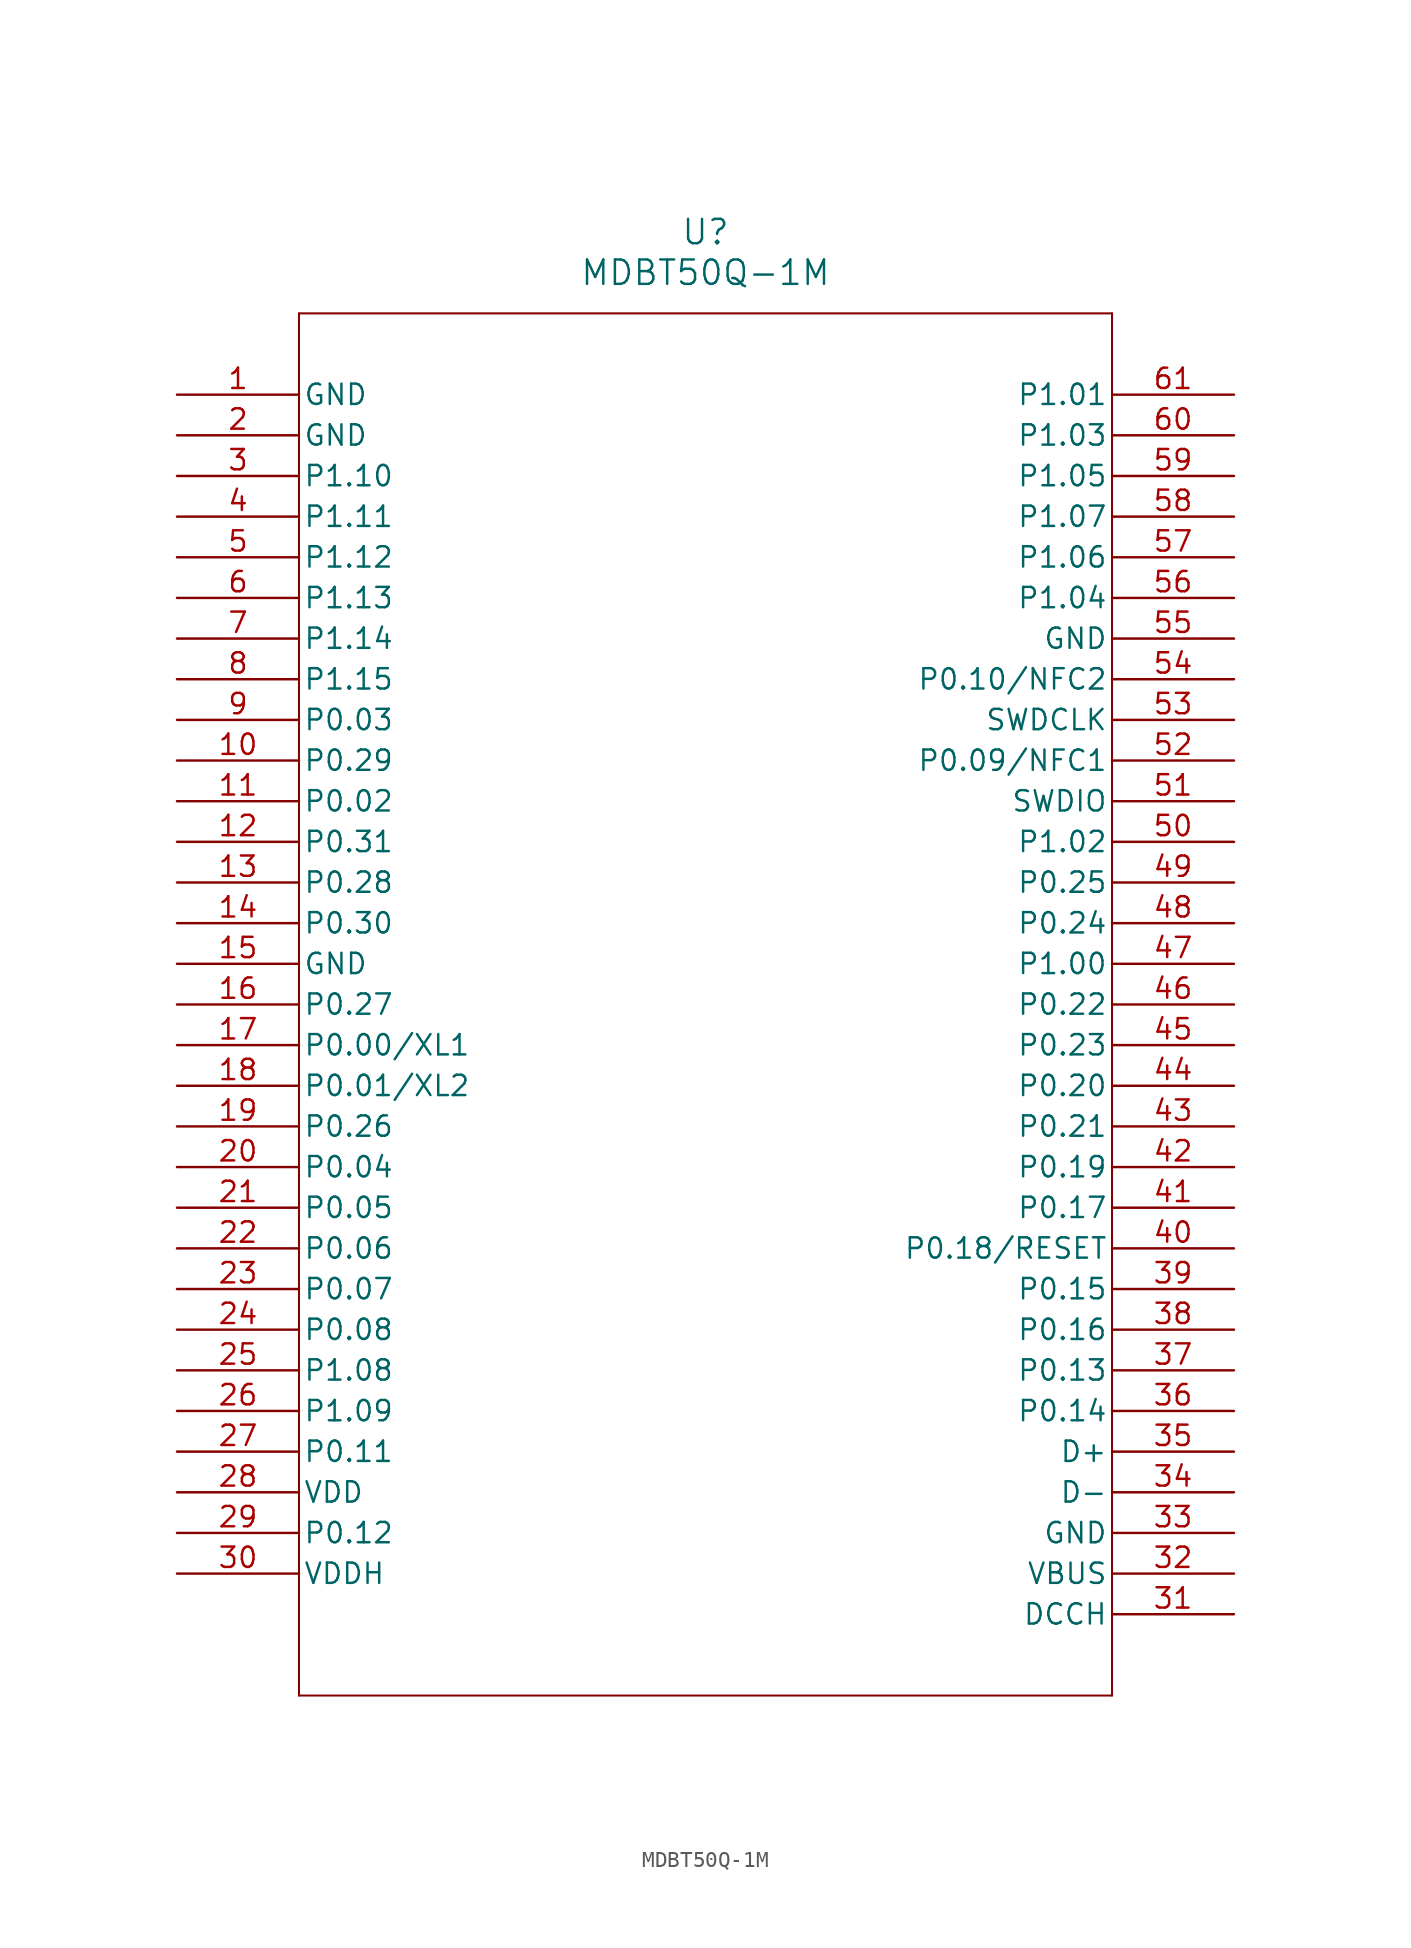
<source format=kicad_sym>
(kicad_symbol_lib
  (version 20211014)
  (generator kicad_symbol_editor)
  (symbol "MDBT50Q-1M"
    (pin_names
      (offset 0.254))
    (property "Reference" "U"
      (at 33.02 10.16 0)
      (effects (font (size 1.524 1.524))))
    (property "Value" "MDBT50Q-1M"
      (at 33.02 7.62 0)
      (effects (font (size 1.524 1.524))))
    (symbol "MDBT50Q-1M_0_1"
      (polyline (pts (xy 7.62 5.08) (xy 7.62 -81.28)) (stroke (width 0.127) (type default) (color 0 0 0 0)) (fill (type none)))
      (polyline (pts (xy 7.62 -81.28) (xy 58.42 -81.28)) (stroke (width 0.127) (type default) (color 0 0 0 0)) (fill (type none)))
      (polyline (pts (xy 58.42 -81.28) (xy 58.42 5.08)) (stroke (width 0.127) (type default) (color 0 0 0 0)) (fill (type none)))
      (polyline (pts (xy 58.42 5.08) (xy 7.62 5.08)) (stroke (width 0.127) (type default) (color 0 0 0 0)) (fill (type none)))
      (pin power_out line (at 0 0 0) (length 7.62) (name "GND" (effects (font (size 1.27 1.27)))) (number "1" (effects (font (size 1.27 1.27)))))
      (pin power_out line (at 0 -2.54 0) (length 7.62) (name "GND" (effects (font (size 1.27 1.27)))) (number "2" (effects (font (size 1.27 1.27)))))
      (pin bidirectional line (at 0 -5.08 0) (length 7.62) (name "P1.10" (effects (font (size 1.27 1.27)))) (number "3" (effects (font (size 1.27 1.27)))))
      (pin bidirectional line (at 0 -7.62 0) (length 7.62) (name "P1.11" (effects (font (size 1.27 1.27)))) (number "4" (effects (font (size 1.27 1.27)))))
      (pin bidirectional line (at 0 -10.16 0) (length 7.62) (name "P1.12" (effects (font (size 1.27 1.27)))) (number "5" (effects (font (size 1.27 1.27)))))
      (pin bidirectional line (at 0 -12.7 0) (length 7.62) (name "P1.13" (effects (font (size 1.27 1.27)))) (number "6" (effects (font (size 1.27 1.27)))))
      (pin bidirectional line (at 0 -15.24 0) (length 7.62) (name "P1.14" (effects (font (size 1.27 1.27)))) (number "7" (effects (font (size 1.27 1.27)))))
      (pin bidirectional line (at 0 -17.78 0) (length 7.62) (name "P1.15" (effects (font (size 1.27 1.27)))) (number "8" (effects (font (size 1.27 1.27)))))
      (pin bidirectional line (at 0 -20.32 0) (length 7.62) (name "P0.03" (effects (font (size 1.27 1.27)))) (number "9" (effects (font (size 1.27 1.27)))))
      (pin bidirectional line (at 0 -22.86 0) (length 7.62) (name "P0.29" (effects (font (size 1.27 1.27)))) (number "10" (effects (font (size 1.27 1.27)))))
      (pin bidirectional line (at 0 -25.4 0) (length 7.62) (name "P0.02" (effects (font (size 1.27 1.27)))) (number "11" (effects (font (size 1.27 1.27)))))
      (pin bidirectional line (at 0 -27.94 0) (length 7.62) (name "P0.31" (effects (font (size 1.27 1.27)))) (number "12" (effects (font (size 1.27 1.27)))))
      (pin bidirectional line (at 0 -30.48 0) (length 7.62) (name "P0.28" (effects (font (size 1.27 1.27)))) (number "13" (effects (font (size 1.27 1.27)))))
      (pin bidirectional line (at 0 -33.02 0) (length 7.62) (name "P0.30" (effects (font (size 1.27 1.27)))) (number "14" (effects (font (size 1.27 1.27)))))
      (pin power_out line (at 0 -35.56 0) (length 7.62) (name "GND" (effects (font (size 1.27 1.27)))) (number "15" (effects (font (size 1.27 1.27)))))
      (pin bidirectional line (at 0 -38.1 0) (length 7.62) (name "P0.27" (effects (font (size 1.27 1.27)))) (number "16" (effects (font (size 1.27 1.27)))))
      (pin bidirectional line (at 0 -40.64 0) (length 7.62) (name "P0.00/XL1" (effects (font (size 1.27 1.27)))) (number "17" (effects (font (size 1.27 1.27)))))
      (pin bidirectional line (at 0 -43.18 0) (length 7.62) (name "P0.01/XL2" (effects (font (size 1.27 1.27)))) (number "18" (effects (font (size 1.27 1.27)))))
      (pin bidirectional line (at 0 -45.72 0) (length 7.62) (name "P0.26" (effects (font (size 1.27 1.27)))) (number "19" (effects (font (size 1.27 1.27)))))
      (pin bidirectional line (at 0 -48.26 0) (length 7.62) (name "P0.04" (effects (font (size 1.27 1.27)))) (number "20" (effects (font (size 1.27 1.27)))))
      (pin bidirectional line (at 0 -50.8 0) (length 7.62) (name "P0.05" (effects (font (size 1.27 1.27)))) (number "21" (effects (font (size 1.27 1.27)))))
      (pin bidirectional line (at 0 -53.34 0) (length 7.62) (name "P0.06" (effects (font (size 1.27 1.27)))) (number "22" (effects (font (size 1.27 1.27)))))
      (pin bidirectional line (at 0 -55.88 0) (length 7.62) (name "P0.07" (effects (font (size 1.27 1.27)))) (number "23" (effects (font (size 1.27 1.27)))))
      (pin bidirectional line (at 0 -58.42 0) (length 7.62) (name "P0.08" (effects (font (size 1.27 1.27)))) (number "24" (effects (font (size 1.27 1.27)))))
      (pin bidirectional line (at 0 -60.96 0) (length 7.62) (name "P1.08" (effects (font (size 1.27 1.27)))) (number "25" (effects (font (size 1.27 1.27)))))
      (pin bidirectional line (at 0 -63.5 0) (length 7.62) (name "P1.09" (effects (font (size 1.27 1.27)))) (number "26" (effects (font (size 1.27 1.27)))))
      (pin bidirectional line (at 0 -66.04 0) (length 7.62) (name "P0.11" (effects (font (size 1.27 1.27)))) (number "27" (effects (font (size 1.27 1.27)))))
      (pin power_in line (at 0 -68.58 0) (length 7.62) (name "VDD" (effects (font (size 1.27 1.27)))) (number "28" (effects (font (size 1.27 1.27)))))
      (pin bidirectional line (at 0 -71.12 0) (length 7.62) (name "P0.12" (effects (font (size 1.27 1.27)))) (number "29" (effects (font (size 1.27 1.27)))))
      (pin power_in line (at 0 -73.66 0) (length 7.62) (name "VDDH" (effects (font (size 1.27 1.27)))) (number "30" (effects (font (size 1.27 1.27)))))
      (pin power_in line (at 66.04 -76.2 180) (length 7.62) (name "DCCH" (effects (font (size 1.27 1.27)))) (number "31" (effects (font (size 1.27 1.27)))))
      (pin power_in line (at 66.04 -73.66 180) (length 7.62) (name "VBUS" (effects (font (size 1.27 1.27)))) (number "32" (effects (font (size 1.27 1.27)))))
      (pin power_out line (at 66.04 -71.12 180) (length 7.62) (name "GND" (effects (font (size 1.27 1.27)))) (number "33" (effects (font (size 1.27 1.27)))))
      (pin bidirectional line (at 66.04 -68.58 180) (length 7.62) (name "D-" (effects (font (size 1.27 1.27)))) (number "34" (effects (font (size 1.27 1.27)))))
      (pin bidirectional line (at 66.04 -66.04 180) (length 7.62) (name "D+" (effects (font (size 1.27 1.27)))) (number "35" (effects (font (size 1.27 1.27)))))
      (pin bidirectional line (at 66.04 -63.5 180) (length 7.62) (name "P0.14" (effects (font (size 1.27 1.27)))) (number "36" (effects (font (size 1.27 1.27)))))
      (pin bidirectional line (at 66.04 -60.96 180) (length 7.62) (name "P0.13" (effects (font (size 1.27 1.27)))) (number "37" (effects (font (size 1.27 1.27)))))
      (pin bidirectional line (at 66.04 -58.42 180) (length 7.62) (name "P0.16" (effects (font (size 1.27 1.27)))) (number "38" (effects (font (size 1.27 1.27)))))
      (pin bidirectional line (at 66.04 -55.88 180) (length 7.62) (name "P0.15" (effects (font (size 1.27 1.27)))) (number "39" (effects (font (size 1.27 1.27)))))
      (pin bidirectional line (at 66.04 -53.34 180) (length 7.62) (name "P0.18/RESET" (effects (font (size 1.27 1.27)))) (number "40" (effects (font (size 1.27 1.27)))))
      (pin bidirectional line (at 66.04 -50.8 180) (length 7.62) (name "P0.17" (effects (font (size 1.27 1.27)))) (number "41" (effects (font (size 1.27 1.27)))))
      (pin bidirectional line (at 66.04 -48.26 180) (length 7.62) (name "P0.19" (effects (font (size 1.27 1.27)))) (number "42" (effects (font (size 1.27 1.27)))))
      (pin bidirectional line (at 66.04 -45.72 180) (length 7.62) (name "P0.21" (effects (font (size 1.27 1.27)))) (number "43" (effects (font (size 1.27 1.27)))))
      (pin bidirectional line (at 66.04 -43.18 180) (length 7.62) (name "P0.20" (effects (font (size 1.27 1.27)))) (number "44" (effects (font (size 1.27 1.27)))))
      (pin bidirectional line (at 66.04 -40.64 180) (length 7.62) (name "P0.23" (effects (font (size 1.27 1.27)))) (number "45" (effects (font (size 1.27 1.27)))))
      (pin bidirectional line (at 66.04 -38.1 180) (length 7.62) (name "P0.22" (effects (font (size 1.27 1.27)))) (number "46" (effects (font (size 1.27 1.27)))))
      (pin bidirectional line (at 66.04 -35.56 180) (length 7.62) (name "P1.00" (effects (font (size 1.27 1.27)))) (number "47" (effects (font (size 1.27 1.27)))))
      (pin bidirectional line (at 66.04 -33.02 180) (length 7.62) (name "P0.24" (effects (font (size 1.27 1.27)))) (number "48" (effects (font (size 1.27 1.27)))))
      (pin bidirectional line (at 66.04 -30.48 180) (length 7.62) (name "P0.25" (effects (font (size 1.27 1.27)))) (number "49" (effects (font (size 1.27 1.27)))))
      (pin bidirectional line (at 66.04 -27.94 180) (length 7.62) (name "P1.02" (effects (font (size 1.27 1.27)))) (number "50" (effects (font (size 1.27 1.27)))))
      (pin unspecified line (at 66.04 -25.4 180) (length 7.62) (name "SWDIO" (effects (font (size 1.27 1.27)))) (number "51" (effects (font (size 1.27 1.27)))))
      (pin bidirectional line (at 66.04 -22.86 180) (length 7.62) (name "P0.09/NFC1" (effects (font (size 1.27 1.27)))) (number "52" (effects (font (size 1.27 1.27)))))
      (pin input line (at 66.04 -20.32 180) (length 7.62) (name "SWDCLK" (effects (font (size 1.27 1.27)))) (number "53" (effects (font (size 1.27 1.27)))))
      (pin bidirectional line (at 66.04 -17.78 180) (length 7.62) (name "P0.10/NFC2" (effects (font (size 1.27 1.27)))) (number "54" (effects (font (size 1.27 1.27)))))
      (pin power_out line (at 66.04 -15.24 180) (length 7.62) (name "GND" (effects (font (size 1.27 1.27)))) (number "55" (effects (font (size 1.27 1.27)))))
      (pin bidirectional line (at 66.04 -12.7 180) (length 7.62) (name "P1.04" (effects (font (size 1.27 1.27)))) (number "56" (effects (font (size 1.27 1.27)))))
      (pin bidirectional line (at 66.04 -10.16 180) (length 7.62) (name "P1.06" (effects (font (size 1.27 1.27)))) (number "57" (effects (font (size 1.27 1.27)))))
      (pin bidirectional line (at 66.04 -7.62 180) (length 7.62) (name "P1.07" (effects (font (size 1.27 1.27)))) (number "58" (effects (font (size 1.27 1.27)))))
      (pin bidirectional line (at 66.04 -5.08 180) (length 7.62) (name "P1.05" (effects (font (size 1.27 1.27)))) (number "59" (effects (font (size 1.27 1.27)))))
      (pin bidirectional line (at 66.04 -2.54 180) (length 7.62) (name "P1.03" (effects (font (size 1.27 1.27)))) (number "60" (effects (font (size 1.27 1.27)))))
      (pin bidirectional line (at 66.04 0 180) (length 7.62) (name "P1.01" (effects (font (size 1.27 1.27)))) (number "61" (effects (font (size 1.27 1.27))))))))
</source>
